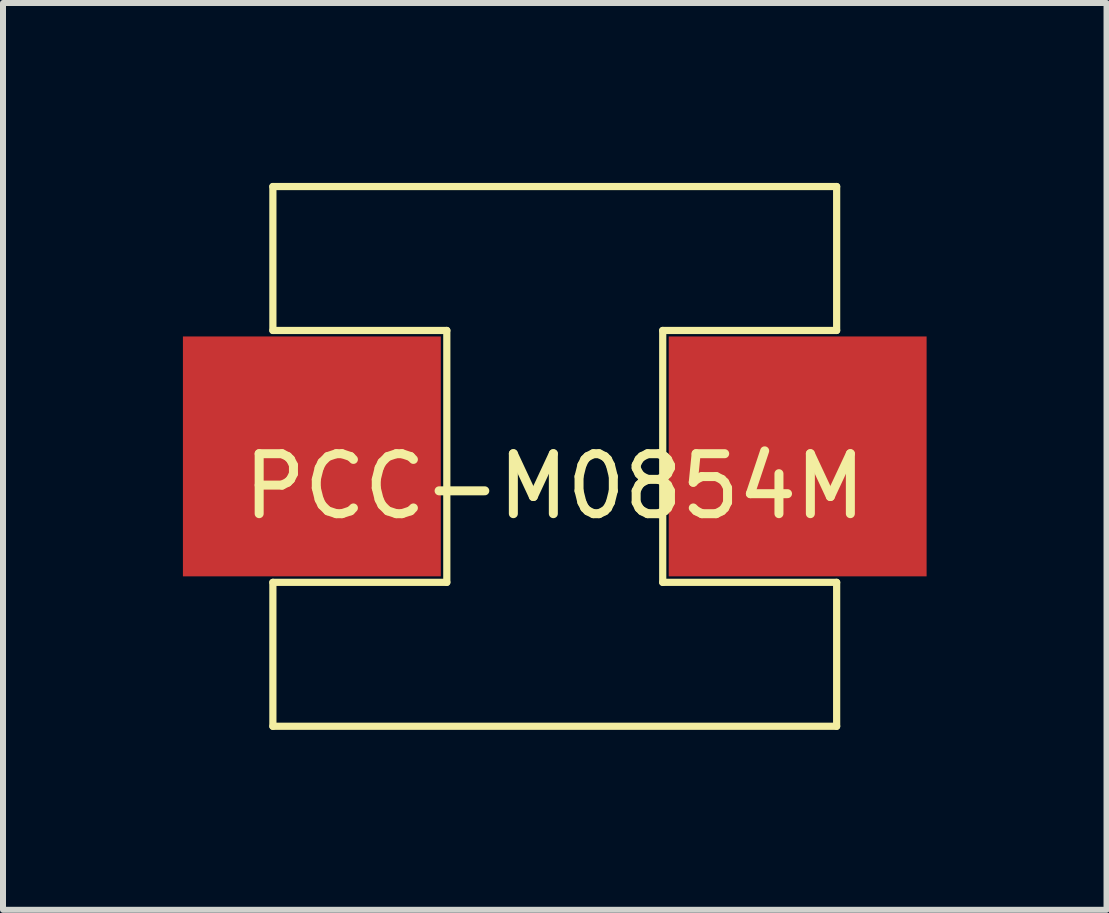
<source format=kicad_pcb>
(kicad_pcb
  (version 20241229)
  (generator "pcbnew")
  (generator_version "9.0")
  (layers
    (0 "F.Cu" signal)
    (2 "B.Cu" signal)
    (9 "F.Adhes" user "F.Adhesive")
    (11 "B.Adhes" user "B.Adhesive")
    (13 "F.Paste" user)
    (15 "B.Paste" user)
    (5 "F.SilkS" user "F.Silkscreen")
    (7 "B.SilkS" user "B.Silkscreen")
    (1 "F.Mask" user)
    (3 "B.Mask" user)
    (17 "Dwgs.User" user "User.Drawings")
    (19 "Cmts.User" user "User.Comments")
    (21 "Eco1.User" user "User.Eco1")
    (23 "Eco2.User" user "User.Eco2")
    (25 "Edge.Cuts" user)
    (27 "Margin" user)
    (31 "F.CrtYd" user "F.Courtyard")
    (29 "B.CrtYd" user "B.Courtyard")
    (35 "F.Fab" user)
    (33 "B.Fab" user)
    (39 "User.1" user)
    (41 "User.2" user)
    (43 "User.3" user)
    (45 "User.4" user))
  (footprint "PCC-M0854M"
    (layer "F.Cu")
    (at 6.2 4.56)
    (property "Reference" "PCC-M0854M" (at 0 0.5 0) (layer "F.SilkS") (effects (font (size 1 1) (thickness 0.15))))
    (attr through_hole)
    (fp_line (start -4.7 -4.5) (end -4.7 -2.1) (stroke (width 0.12) (type solid)) (layer "F.SilkS"))
    (fp_line (start -4.7 -4.5) (end 4.7 -4.5) (stroke (width 0.12) (type solid)) (layer "F.SilkS"))
    (fp_line (start -4.7 -2.1) (end -1.8 -2.1) (stroke (width 0.12) (type solid)) (layer "F.SilkS"))
    (fp_line (start -4.7 2.1) (end -4.7 4.5) (stroke (width 0.12) (type solid)) (layer "F.SilkS"))
    (fp_line (start -1.8 -2.1) (end -1.8 2.1) (stroke (width 0.12) (type solid)) (layer "F.SilkS"))
    (fp_line (start -1.8 2.1) (end -4.7 2.1) (stroke (width 0.12) (type solid)) (layer "F.SilkS"))
    (fp_line (start 1.8 -2.1) (end 1.8 2.1) (stroke (width 0.12) (type solid)) (layer "F.SilkS"))
    (fp_line (start 1.8 2.1) (end 4.7 2.1) (stroke (width 0.12) (type solid)) (layer "F.SilkS"))
    (fp_line (start 4.7 -4.5) (end 4.7 -2.1) (stroke (width 0.12) (type solid)) (layer "F.SilkS"))
    (fp_line (start 4.7 -2.1) (end 1.8 -2.1) (stroke (width 0.12) (type solid)) (layer "F.SilkS"))
    (fp_line (start 4.7 2.1) (end 4.7 4.5) (stroke (width 0.12) (type solid)) (layer "F.SilkS"))
    (fp_line (start 4.7 4.5) (end -4.7 4.5) (stroke (width 0.12) (type solid)) (layer "F.SilkS"))
    (pad "1" smd rect (at -4.05 0) (size 4.3 4) (layers "F.Cu" "F.Mask" "F.Paste"))
    (pad "2" smd rect (at 4.05 0) (size 4.3 4) (layers "F.Cu" "F.Mask" "F.Paste")))
  (gr_rect
    (start -3 -3)
    (end 15.4 12.12)
    (stroke (width 0.1) (type default))
    (fill no)
    (layer "Edge.Cuts")))
</source>
